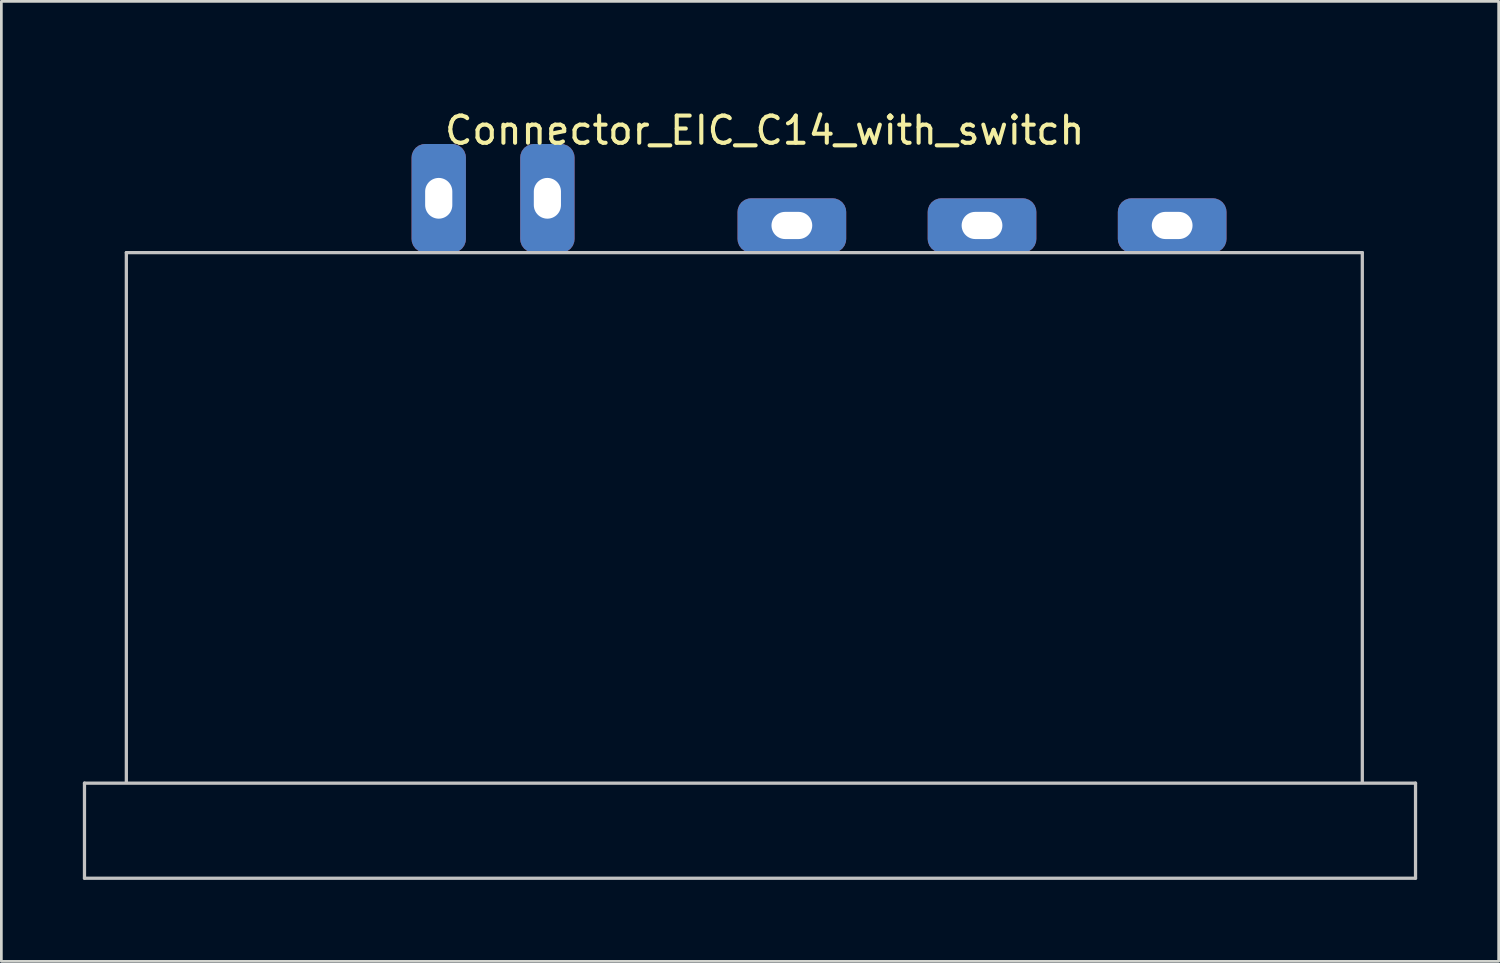
<source format=kicad_pcb>
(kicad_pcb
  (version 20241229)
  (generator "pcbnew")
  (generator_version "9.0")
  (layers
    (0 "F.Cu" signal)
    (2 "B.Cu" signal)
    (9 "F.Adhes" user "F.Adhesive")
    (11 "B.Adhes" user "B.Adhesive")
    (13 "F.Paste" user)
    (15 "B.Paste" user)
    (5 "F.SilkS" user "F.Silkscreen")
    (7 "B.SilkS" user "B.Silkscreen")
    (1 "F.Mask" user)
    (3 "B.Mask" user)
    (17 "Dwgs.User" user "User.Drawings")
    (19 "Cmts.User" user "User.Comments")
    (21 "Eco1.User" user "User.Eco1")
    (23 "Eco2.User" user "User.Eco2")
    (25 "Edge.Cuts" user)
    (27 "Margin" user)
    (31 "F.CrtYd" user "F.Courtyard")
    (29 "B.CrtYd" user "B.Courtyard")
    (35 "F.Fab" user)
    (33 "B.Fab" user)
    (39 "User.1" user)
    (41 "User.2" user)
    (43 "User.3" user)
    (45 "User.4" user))
  (footprint "Connector_EIC_C14_with_switch"
    (layer "F.Cu")
    (at 25.601 0.25)
    (property "Reference" "Connector_EIC_C14_with_switch" (at -0.5 1.5 0) (layer "F.SilkS") (effects (font (size 1 1) (thickness 0.15))))
    (attr through_hole)
    (fp_line (start -25.541 25.53) (end -25.541 29.03) (stroke (width 0.12) (type solid)) (layer "Dwgs.User"))
    (fp_line (start -25.541 29.03) (end 23.459 29.03) (stroke (width 0.12) (type solid)) (layer "Dwgs.User"))
    (fp_line (start -24 6) (end 21.5 6) (stroke (width 0.12) (type solid)) (layer "Dwgs.User"))
    (fp_line (start -24 25.5) (end -24 6) (stroke (width 0.12) (type solid)) (layer "Dwgs.User"))
    (fp_line (start 21.5 25.5) (end 21.5 6) (stroke (width 0.12) (type solid)) (layer "Dwgs.User"))
    (fp_line (start 23.459 25.53) (end -25.541 25.53) (stroke (width 0.12) (type solid)) (layer "Dwgs.User"))
    (fp_line (start 23.459 29.03) (end 23.459 25.53) (stroke (width 0.12) (type solid)) (layer "Dwgs.User"))
    (pad "1" thru_hole roundrect (at 14.5 5) (size 4 2) (drill oval 1.5 1) (layers "*.Cu" "*.Mask") (roundrect_rratio 0.25))
    (pad "2" thru_hole roundrect (at 7.5 5) (size 4 2) (drill oval 1.5 1) (layers "*.Cu" "*.Mask") (roundrect_rratio 0.25))
    (pad "3" thru_hole roundrect (at 0.5 5) (size 4 2) (drill oval 1.5 1) (layers "*.Cu" "*.Mask") (roundrect_rratio 0.25))
    (pad "4" thru_hole roundrect (at -8.5 4) (size 2 4) (drill oval 1 1.5) (layers "*.Cu" "*.Mask") (roundrect_rratio 0.25))
    (pad "5" thru_hole roundrect (at -12.5 4) (size 2 4) (drill oval 1 1.5) (layers "*.Cu" "*.Mask") (roundrect_rratio 0.25)))
  (gr_rect
    (start -3 -3)
    (end 52.12 32.34)
    (stroke (width 0.1) (type default))
    (fill no)
    (layer "Edge.Cuts")))
</source>
